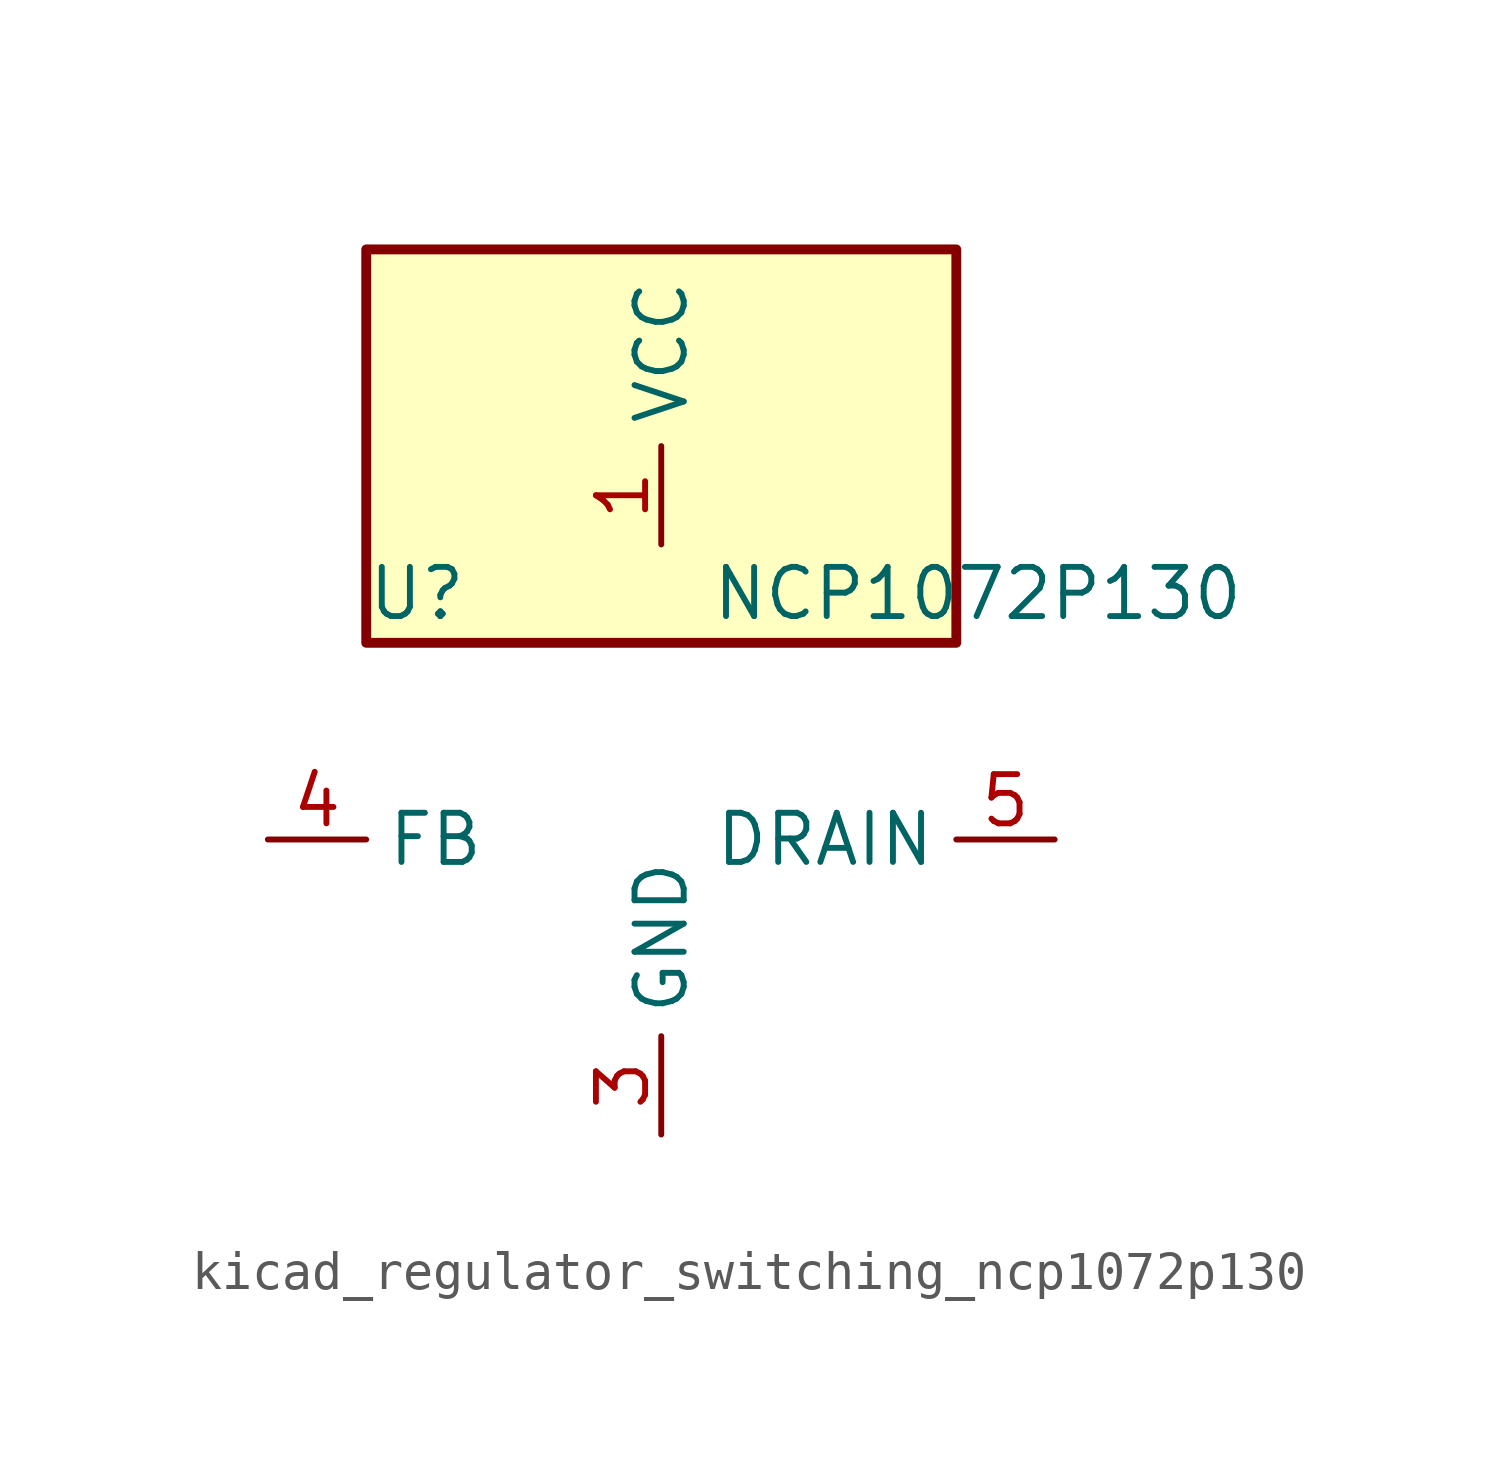
<source format=kicad_sym>
(kicad_symbol_lib
  (version 20220914)
  (generator kicad_symbol_editor)
  (symbol "kicad_regulator_switching_ncp1072p130"
    (property "Reference" "U"
      (at -7.62 6.35 0)
      (effects (font (size 1.27 1.27)) (justify left)))
    (property "Value" "NCP1072P130"
      (at 1.27 6.35 0)
      (effects (font (size 1.27 1.27)) (justify left)))
    (symbol "kicad_regulator_switching_ncp1072p130_0_1"
      (rectangle (start 7.62 15.24) (end -7.62 5.08) (stroke (width 0.254) (type default)) (fill (type background))))
    (symbol "kicad_regulator_switching_ncp1072p130_1_1"
      (pin power_in line (at 0 7.62 90) (length 2.54) (name "VCC" (effects (font (size 1.27 1.27)))) (number "1" (effects (font (size 1.27 1.27)))))
      (pin no_connect line (at -7.62 2.54 0) (length 2.54) hide (name "NC" (effects (font (size 1.27 1.27)))) (number "2" (effects (font (size 1.27 1.27)))))
      (pin power_in line (at 0 -7.62 90) (length 2.54) (name "GND" (effects (font (size 1.27 1.27)))) (number "3" (effects (font (size 1.27 1.27)))))
      (pin input line (at -10.16 0 0) (length 2.54) (name "FB" (effects (font (size 1.27 1.27)))) (number "4" (effects (font (size 1.27 1.27)))))
      (pin open_collector line (at 10.16 0 180) (length 2.54) (name "DRAIN" (effects (font (size 1.27 1.27)))) (number "5" (effects (font (size 1.27 1.27)))))
      (pin passive line (at 0 -7.62 90) (length 2.54) hide (name "GND" (effects (font (size 1.27 1.27)))) (number "7" (effects (font (size 1.27 1.27)))))
      (pin passive line (at 0 -7.62 90) (length 2.54) hide (name "GND" (effects (font (size 1.27 1.27)))) (number "8" (effects (font (size 1.27 1.27))))))))
</source>
